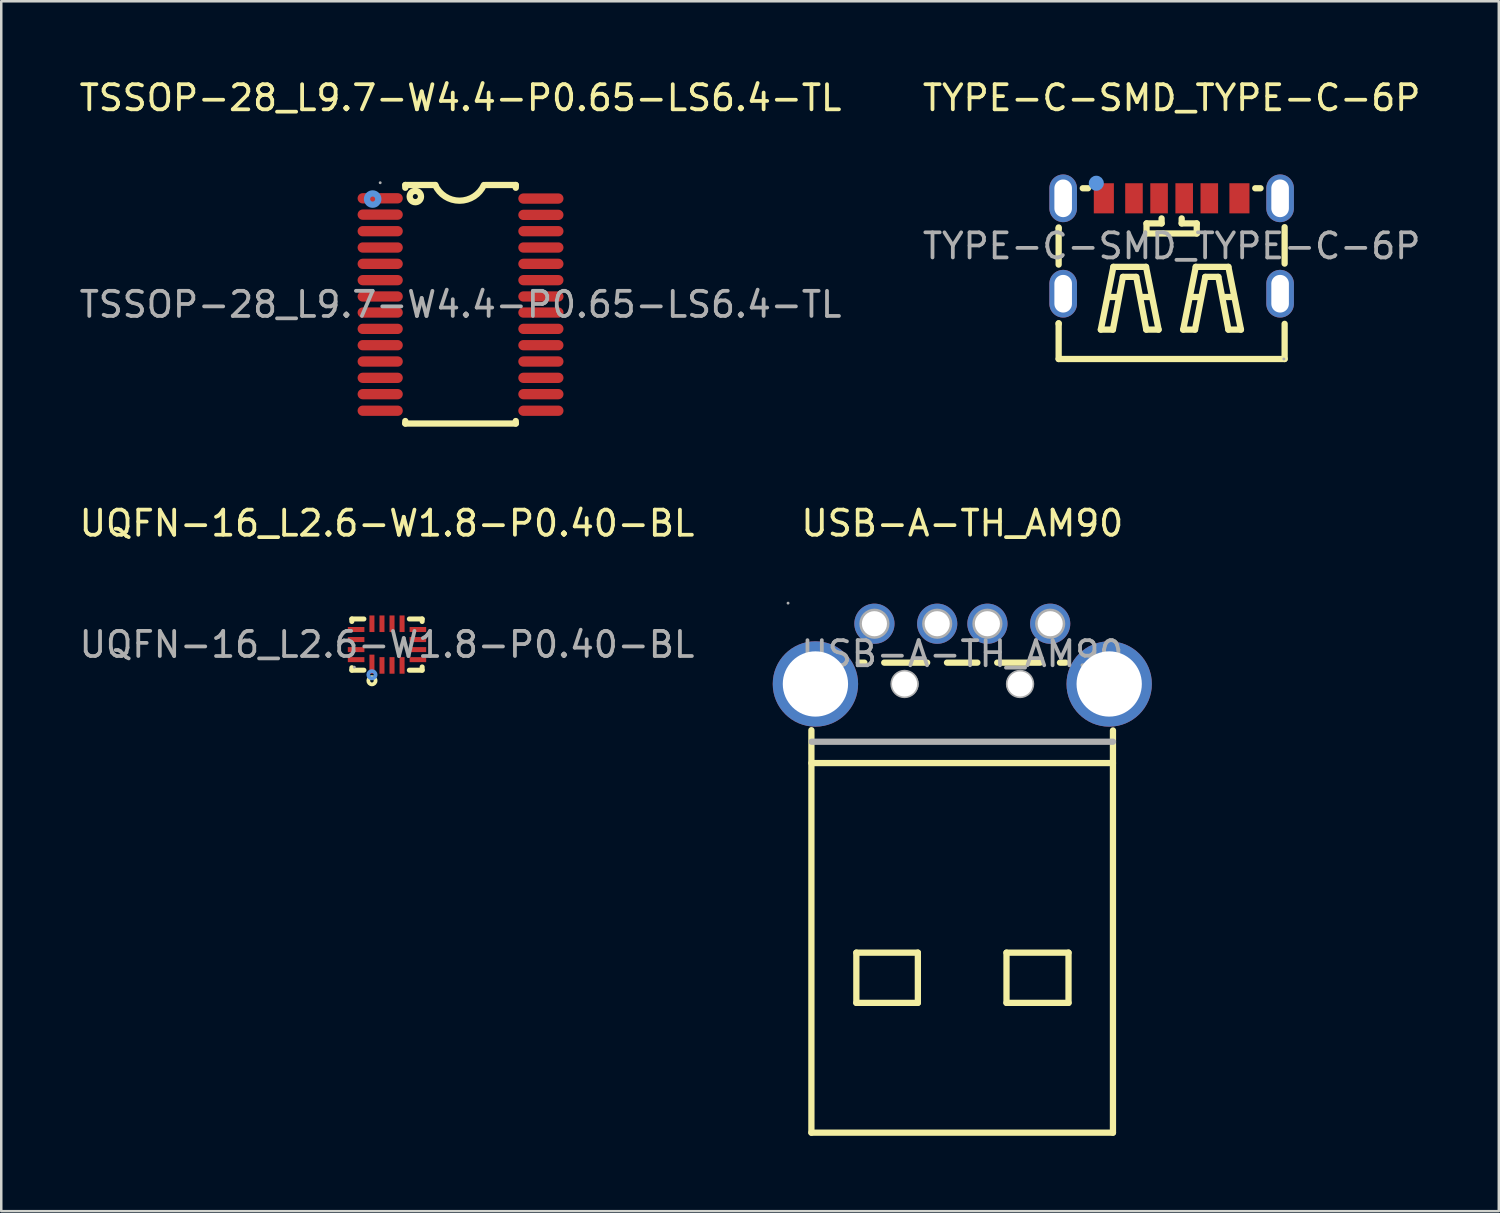
<source format=kicad_pcb>
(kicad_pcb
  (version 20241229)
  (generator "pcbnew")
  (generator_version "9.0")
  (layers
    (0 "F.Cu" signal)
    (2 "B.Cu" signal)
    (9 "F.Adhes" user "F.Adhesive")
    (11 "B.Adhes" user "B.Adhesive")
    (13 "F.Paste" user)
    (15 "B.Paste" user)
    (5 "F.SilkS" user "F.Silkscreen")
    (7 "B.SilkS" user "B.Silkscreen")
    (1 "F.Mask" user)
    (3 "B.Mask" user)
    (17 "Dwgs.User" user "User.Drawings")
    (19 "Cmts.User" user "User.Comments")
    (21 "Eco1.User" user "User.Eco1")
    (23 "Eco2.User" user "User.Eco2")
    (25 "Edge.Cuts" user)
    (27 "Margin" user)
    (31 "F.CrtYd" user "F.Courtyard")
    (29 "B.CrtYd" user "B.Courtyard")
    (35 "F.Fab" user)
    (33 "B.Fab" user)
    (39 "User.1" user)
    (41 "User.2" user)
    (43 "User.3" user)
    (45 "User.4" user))
  (footprint "TYPE-C-SMD_TYPE-C-6P"
    (layer "F.Cu")
    (at 43.613 6.748)
    (property "Reference" "TYPE-C-SMD_TYPE-C-6P" (at 0 -5.9 0) (layer "F.SilkS") (effects (font (size 1 1) (thickness 0.15))))
    (attr smd)
    (fp_line (start -4.5 -0.7) (end -4.5 -0.74) (stroke (width 0.25) (type solid)) (layer "F.SilkS"))
    (fp_line (start -4.5 -0.7) (end -4.5 0.74) (stroke (width 0.25) (type solid)) (layer "F.SilkS"))
    (fp_line (start -4.5 3.08) (end -4.5 4.5) (stroke (width 0.25) (type solid)) (layer "F.SilkS"))
    (fp_line (start -4.5 3.1) (end -4.5 3.08) (stroke (width 0.25) (type solid)) (layer "F.SilkS"))
    (fp_line (start -4.5 4.5) (end 4.5 4.5) (stroke (width 0.25) (type solid)) (layer "F.SilkS"))
    (fp_line (start -3.54 -2.3) (end -3.33 -2.3) (stroke (width 0.25) (type solid)) (layer "F.SilkS"))
    (fp_line (start -2.82 3.33) (end -2.32 0.83) (stroke (width 0.25) (type solid)) (layer "F.SilkS"))
    (fp_line (start -2.52 2.03) (end -2.12 2.03) (stroke (width 0.25) (type solid)) (layer "F.SilkS"))
    (fp_line (start -2.34 3.33) (end -2.82 3.33) (stroke (width 0.25) (type solid)) (layer "F.SilkS"))
    (fp_line (start -2.32 0.83) (end -1.02 0.83) (stroke (width 0.25) (type solid)) (layer "F.SilkS"))
    (fp_line (start -1.94 1.23) (end -2.34 3.33) (stroke (width 0.25) (type solid)) (layer "F.SilkS"))
    (fp_line (start -1.41 1.23) (end -1.94 1.23) (stroke (width 0.25) (type solid)) (layer "F.SilkS"))
    (fp_line (start -1.22 2.03) (end -0.82 2.03) (stroke (width 0.25) (type solid)) (layer "F.SilkS"))
    (fp_line (start -1.02 0.83) (end -0.52 3.33) (stroke (width 0.25) (type solid)) (layer "F.SilkS"))
    (fp_line (start -1.01 -0.5) (end 1.01 -0.5) (stroke (width 0.25) (type solid)) (layer "F.SilkS"))
    (fp_line (start -1.01 3.33) (end -1.41 1.23) (stroke (width 0.25) (type solid)) (layer "F.SilkS"))
    (fp_line (start -1 -0.9) (end -0.4 -0.9) (stroke (width 0.25) (type solid)) (layer "F.SilkS"))
    (fp_line (start -1 -0.5) (end -1 -0.9) (stroke (width 0.25) (type solid)) (layer "F.SilkS"))
    (fp_line (start -0.52 3.33) (end -1.01 3.33) (stroke (width 0.25) (type solid)) (layer "F.SilkS"))
    (fp_line (start -0.4 -0.9) (end -0.4 -1.1) (stroke (width 0.25) (type solid)) (layer "F.SilkS"))
    (fp_line (start 0.4 -0.9) (end 0.4 -1.1) (stroke (width 0.25) (type solid)) (layer "F.SilkS"))
    (fp_line (start 0.46 3.33) (end 0.96 0.83) (stroke (width 0.25) (type solid)) (layer "F.SilkS"))
    (fp_line (start 0.76 2.03) (end 1.16 2.03) (stroke (width 0.25) (type solid)) (layer "F.SilkS"))
    (fp_line (start 0.93 3.33) (end 0.46 3.33) (stroke (width 0.25) (type solid)) (layer "F.SilkS"))
    (fp_line (start 0.96 0.83) (end 2.26 0.83) (stroke (width 0.25) (type solid)) (layer "F.SilkS"))
    (fp_line (start 1 -0.9) (end 0.4 -0.9) (stroke (width 0.25) (type solid)) (layer "F.SilkS"))
    (fp_line (start 1 -0.5) (end 1 -0.9) (stroke (width 0.25) (type solid)) (layer "F.SilkS"))
    (fp_line (start 1.34 1.23) (end 0.93 3.33) (stroke (width 0.25) (type solid)) (layer "F.SilkS"))
    (fp_line (start 1.86 1.23) (end 1.34 1.23) (stroke (width 0.25) (type solid)) (layer "F.SilkS"))
    (fp_line (start 2.06 2.03) (end 2.46 2.03) (stroke (width 0.25) (type solid)) (layer "F.SilkS"))
    (fp_line (start 2.26 0.83) (end 2.76 3.33) (stroke (width 0.25) (type solid)) (layer "F.SilkS"))
    (fp_line (start 2.26 3.33) (end 1.86 1.23) (stroke (width 0.25) (type solid)) (layer "F.SilkS"))
    (fp_line (start 2.76 3.33) (end 2.26 3.33) (stroke (width 0.25) (type solid)) (layer "F.SilkS"))
    (fp_line (start 3.33 -2.3) (end 3.54 -2.3) (stroke (width 0.25) (type solid)) (layer "F.SilkS"))
    (fp_line (start 4.5 0.7) (end 4.5 -0.75) (stroke (width 0.25) (type solid)) (layer "F.SilkS"))
    (fp_line (start 4.5 4.5) (end 4.5 3.1) (stroke (width 0.25) (type solid)) (layer "F.SilkS"))
    (fp_circle (center -3 -2.5) (end -2.85 -2.5) (stroke (width 0.3) (type solid)) (fill no) (layer "Cmts.User"))
    (fp_circle (center 4.47 4.5) (end 4.5 4.5) (stroke (width 0.06) (type solid)) (fill no) (layer "F.Fab"))
    (fp_text user "${REFERENCE}" (at 0 0 0) (layer "F.Fab") (effects (font (size 1 1) (thickness 0.15))))
    (pad "7" thru_hole oval (at -4.32 -1.9) (size 1.1 1.9) (drill oval 0.7 1.5) (layers "*.Cu" "*.Paste" "*.Mask"))
    (pad "7" thru_hole oval (at -4.32 1.9) (size 1.1 1.9) (drill oval 0.7 1.5) (layers "*.Cu" "*.Paste" "*.Mask"))
    (pad "7" thru_hole oval (at 4.32 -1.9) (size 1.1 1.9) (drill oval 0.7 1.5) (layers "*.Cu" "*.Paste" "*.Mask"))
    (pad "7" thru_hole oval (at 4.32 1.9) (size 1.1 1.9) (drill oval 0.7 1.5) (layers "*.Cu" "*.Paste" "*.Mask"))
    (pad "A5" smd rect (at -0.5 -1.9) (size 0.7 1.2) (layers "F.Cu" "F.Mask" "F.Paste"))
    (pad "A9" smd rect (at 1.5 -1.9) (size 0.7 1.2) (layers "F.Cu" "F.Mask" "F.Paste"))
    (pad "A12" smd rect (at 2.7 -1.9) (size 0.8 1.2) (layers "F.Cu" "F.Mask" "F.Paste"))
    (pad "B5" smd rect (at 0.5 -1.9) (size 0.7 1.2) (layers "F.Cu" "F.Mask" "F.Paste"))
    (pad "B9" smd rect (at -1.5 -1.9) (size 0.7 1.2) (layers "F.Cu" "F.Mask" "F.Paste"))
    (pad "B12" smd rect (at -2.7 -1.9) (size 0.8 1.2) (layers "F.Cu" "F.Mask" "F.Paste")))
  (footprint "USB-A-TH_AM90"
    (layer "F.Cu")
    (at 35.276 22.991)
    (property "Reference" "USB-A-TH_AM90" (at 0 -5.2 0) (layer "F.SilkS") (effects (font (size 1 1) (thickness 0.15))))
    (attr smd)
    (fp_line (start -6.01 4.35) (end 6 4.35) (stroke (width 0.25) (type solid)) (layer "F.SilkS"))
    (fp_line (start -6.01 19.07) (end -6.01 3.04) (stroke (width 0.25) (type solid)) (layer "F.SilkS"))
    (fp_line (start -4.22 11.9) (end -1.77 11.9) (stroke (width 0.25) (type solid)) (layer "F.SilkS"))
    (fp_line (start -4.22 13.9) (end -4.22 11.9) (stroke (width 0.25) (type solid)) (layer "F.SilkS"))
    (fp_line (start -4.12 0.35) (end -3.9 0.35) (stroke (width 0.25) (type solid)) (layer "F.SilkS"))
    (fp_line (start -3.11 0.35) (end -1.4 0.35) (stroke (width 0.25) (type solid)) (layer "F.SilkS"))
    (fp_line (start -1.77 13.9) (end -4.22 13.9) (stroke (width 0.25) (type solid)) (layer "F.SilkS"))
    (fp_line (start -1.77 13.9) (end -1.77 11.9) (stroke (width 0.25) (type solid)) (layer "F.SilkS"))
    (fp_line (start -0.61 0.35) (end 0.6 0.35) (stroke (width 0.25) (type solid)) (layer "F.SilkS"))
    (fp_line (start 1.39 0.35) (end 3.1 0.35) (stroke (width 0.25) (type solid)) (layer "F.SilkS"))
    (fp_line (start 1.76 13.9) (end 1.76 11.9) (stroke (width 0.25) (type solid)) (layer "F.SilkS"))
    (fp_line (start 1.76 13.9) (end 4.23 13.9) (stroke (width 0.25) (type solid)) (layer "F.SilkS"))
    (fp_line (start 3.89 0.35) (end 4.11 0.35) (stroke (width 0.25) (type solid)) (layer "F.SilkS"))
    (fp_line (start 4.23 11.9) (end 1.76 11.9) (stroke (width 0.25) (type solid)) (layer "F.SilkS"))
    (fp_line (start 4.23 13.9) (end 4.23 11.9) (stroke (width 0.25) (type solid)) (layer "F.SilkS"))
    (fp_line (start 6 19.07) (end -6.01 19.07) (stroke (width 0.25) (type solid)) (layer "F.SilkS"))
    (fp_line (start 6 19.07) (end 6 3.05) (stroke (width 0.25) (type solid)) (layer "F.SilkS"))
    (fp_line (start -6 3.5) (end 6 3.5) (stroke (width 0.25) (type solid)) (layer "F.Fab"))
    (fp_circle (center -6.94 -2.02) (end -6.91 -2.02) (stroke (width 0.06) (type solid)) (fill no) (layer "F.Fab"))
    (fp_circle (center -5.85 1.2) (end -5.31 1.2) (stroke (width 1.08) (type solid)) (fill no) (layer "F.Fab"))
    (fp_circle (center -3.5 -1.2) (end -3.2 -1.2) (stroke (width 0.6) (type solid)) (fill no) (layer "F.Fab"))
    (fp_circle (center -2.3 1.2) (end -1.8 1.2) (stroke (width 0.13) (type solid)) (fill no) (layer "F.Fab"))
    (fp_circle (center -2.24 1.2) (end -1.99 1.2) (stroke (width 0.5) (type solid)) (fill no) (layer "F.Fab"))
    (fp_circle (center -1 -1.2) (end -0.7 -1.2) (stroke (width 0.6) (type solid)) (fill no) (layer "F.Fab"))
    (fp_circle (center 1 -1.2) (end 1.3 -1.2) (stroke (width 0.6) (type solid)) (fill no) (layer "F.Fab"))
    (fp_circle (center 2.25 1.2) (end 2.5 1.2) (stroke (width 0.5) (type solid)) (fill no) (layer "F.Fab"))
    (fp_circle (center 2.3 1.2) (end 2.8 1.2) (stroke (width 0.13) (type solid)) (fill no) (layer "F.Fab"))
    (fp_circle (center 3.5 -1.2) (end 3.8 -1.2) (stroke (width 0.6) (type solid)) (fill no) (layer "F.Fab"))
    (fp_circle (center 5.85 1.2) (end 6.39 1.2) (stroke (width 1.08) (type solid)) (fill no) (layer "F.Fab"))
    (fp_text user "${REFERENCE}" (at 0 0 0) (layer "F.Fab") (effects (font (size 1 1) (thickness 0.15))))
    (pad "" thru_hole circle (at -2.3 1.2) (size 1 1) (drill 1) (layers "*.Cu" "*.Mask"))
    (pad "" thru_hole circle (at 2.3 1.2) (size 1 1) (drill 1) (layers "*.Cu" "*.Mask"))
    (pad "1" thru_hole circle (at 3.5 -1.2 270) (size 1.6 1.6) (drill 1) (layers "*.Cu" "*.Paste" "*.Mask"))
    (pad "2" thru_hole circle (at 1 -1.2 270) (size 1.6 1.6) (drill 1) (layers "*.Cu" "*.Paste" "*.Mask"))
    (pad "3" thru_hole circle (at -1 -1.2 270) (size 1.6 1.6) (drill 1) (layers "*.Cu" "*.Paste" "*.Mask"))
    (pad "4" thru_hole circle (at -3.5 -1.2 270) (size 1.6 1.6) (drill 1) (layers "*.Cu" "*.Paste" "*.Mask"))
    (pad "MH1" thru_hole circle (at 5.85 1.2 270) (size 3.4 3.4) (drill 2.6) (layers "*.Cu" "*.Paste" "*.Mask"))
    (pad "MH2" thru_hole circle (at -5.85 1.2 270) (size 3.4 3.4) (drill 2.6) (layers "*.Cu" "*.Paste" "*.Mask")))
  (footprint "TSSOP-28_L9.7-W4.4-P0.65-LS6.4-TL"
    (layer "F.Cu")
    (at 15.292 9.078)
    (property "Reference" "TSSOP-28_L9.7-W4.4-P0.65-LS6.4-TL" (at 0 -8.23 0) (layer "F.SilkS") (effects (font (size 1 1) (thickness 0.15))))
    (attr smd)
    (fp_line (start -2.2 -4.76) (end -2.2 -4.65) (stroke (width 0.25) (type solid)) (layer "F.SilkS"))
    (fp_line (start -2.2 -4.76) (end -1 -4.76) (stroke (width 0.25) (type solid)) (layer "F.SilkS"))
    (fp_line (start -2.2 4.64) (end -2.2 4.74) (stroke (width 0.25) (type solid)) (layer "F.SilkS"))
    (fp_line (start -2.2 4.74) (end 2.2 4.74) (stroke (width 0.25) (type solid)) (layer "F.SilkS"))
    (fp_line (start 2.2 -4.76) (end 1 -4.76) (stroke (width 0.25) (type solid)) (layer "F.SilkS"))
    (fp_line (start 2.2 -4.76) (end 2.2 -4.65) (stroke (width 0.25) (type solid)) (layer "F.SilkS"))
    (fp_line (start 2.2 4.64) (end 2.2 4.74) (stroke (width 0.25) (type solid)) (layer "F.SilkS"))
    (fp_arc (start 0.93 -4.76) (mid -0.039246 -4.134871) (end -1.009376 -4.758627) (stroke (width 0.25) (type solid)) (layer "F.SilkS"))
    (fp_circle (center -1.8 -4.3) (end -1.7 -4.3) (stroke (width 0.25) (type solid)) (fill no) (layer "F.SilkS"))
    (fp_circle (center -3.5 -4.2) (end -3.4 -4.2) (stroke (width 0.25) (type solid)) (fill no) (layer "Cmts.User"))
    (fp_circle (center -3.2 -4.85) (end -3.17 -4.85) (stroke (width 0.06) (type solid)) (fill no) (layer "F.Fab"))
    (fp_text user "${REFERENCE}" (at 0 0 0) (layer "F.Fab") (effects (font (size 1 1) (thickness 0.15))))
    (pad "1" smd oval (at -3.2 -4.23) (size 1.8 0.41) (layers "F.Cu" "F.Mask" "F.Paste"))
    (pad "2" smd oval (at -3.2 -3.58) (size 1.8 0.41) (layers "F.Cu" "F.Mask" "F.Paste"))
    (pad "3" smd oval (at -3.2 -2.92) (size 1.8 0.41) (layers "F.Cu" "F.Mask" "F.Paste"))
    (pad "4" smd oval (at -3.2 -2.27) (size 1.8 0.41) (layers "F.Cu" "F.Mask" "F.Paste"))
    (pad "5" smd oval (at -3.2 -1.62) (size 1.8 0.41) (layers "F.Cu" "F.Mask" "F.Paste"))
    (pad "6" smd oval (at -3.2 -0.97) (size 1.8 0.41) (layers "F.Cu" "F.Mask" "F.Paste"))
    (pad "7" smd oval (at -3.2 -0.32) (size 1.8 0.41) (layers "F.Cu" "F.Mask" "F.Paste"))
    (pad "8" smd oval (at -3.2 0.32) (size 1.8 0.41) (layers "F.Cu" "F.Mask" "F.Paste"))
    (pad "9" smd oval (at -3.2 0.97) (size 1.8 0.41) (layers "F.Cu" "F.Mask" "F.Paste"))
    (pad "10" smd oval (at -3.2 1.62) (size 1.8 0.41) (layers "F.Cu" "F.Mask" "F.Paste"))
    (pad "11" smd oval (at -3.2 2.27) (size 1.8 0.41) (layers "F.Cu" "F.Mask" "F.Paste"))
    (pad "12" smd oval (at -3.2 2.92) (size 1.8 0.41) (layers "F.Cu" "F.Mask" "F.Paste"))
    (pad "13" smd oval (at -3.2 3.57) (size 1.8 0.41) (layers "F.Cu" "F.Mask" "F.Paste"))
    (pad "14" smd oval (at -3.2 4.23) (size 1.8 0.41) (layers "F.Cu" "F.Mask" "F.Paste"))
    (pad "15" smd oval (at 3.2 4.23) (size 1.8 0.41) (layers "F.Cu" "F.Mask" "F.Paste"))
    (pad "16" smd oval (at 3.2 3.57) (size 1.8 0.41) (layers "F.Cu" "F.Mask" "F.Paste"))
    (pad "17" smd oval (at 3.2 2.92) (size 1.8 0.41) (layers "F.Cu" "F.Mask" "F.Paste"))
    (pad "18" smd oval (at 3.2 2.27) (size 1.8 0.41) (layers "F.Cu" "F.Mask" "F.Paste"))
    (pad "19" smd oval (at 3.2 1.62) (size 1.8 0.41) (layers "F.Cu" "F.Mask" "F.Paste"))
    (pad "20" smd oval (at 3.2 0.97) (size 1.8 0.41) (layers "F.Cu" "F.Mask" "F.Paste"))
    (pad "21" smd oval (at 3.2 0.32) (size 1.8 0.41) (layers "F.Cu" "F.Mask" "F.Paste"))
    (pad "22" smd oval (at 3.2 -0.32) (size 1.8 0.41) (layers "F.Cu" "F.Mask" "F.Paste"))
    (pad "23" smd oval (at 3.2 -0.97) (size 1.8 0.41) (layers "F.Cu" "F.Mask" "F.Paste"))
    (pad "24" smd oval (at 3.2 -1.62) (size 1.8 0.41) (layers "F.Cu" "F.Mask" "F.Paste"))
    (pad "25" smd oval (at 3.2 -2.27) (size 1.8 0.41) (layers "F.Cu" "F.Mask" "F.Paste"))
    (pad "26" smd oval (at 3.2 -2.92) (size 1.8 0.41) (layers "F.Cu" "F.Mask" "F.Paste"))
    (pad "27" smd oval (at 3.2 -3.57) (size 1.8 0.41) (layers "F.Cu" "F.Mask" "F.Paste"))
    (pad "28" smd oval (at 3.2 -4.22) (size 1.8 0.41) (layers "F.Cu" "F.Mask" "F.Paste")))
  (footprint "UQFN-16_L2.6-W1.8-P0.40-BL"
    (layer "F.Cu")
    (at 12.363 22.622)
    (property "Reference" "UQFN-16_L2.6-W1.8-P0.40-BL" (at 0 -4.83 0) (layer "F.SilkS") (effects (font (size 1 1) (thickness 0.15))))
    (attr smd)
    (fp_line (start -1.4 -1.02) (end -1.4 -0.92) (stroke (width 0.2) (type solid)) (layer "F.SilkS"))
    (fp_line (start -1.4 0.92) (end -1.4 1.02) (stroke (width 0.2) (type solid)) (layer "F.SilkS"))
    (fp_line (start -1.4 1.02) (end -0.92 1.02) (stroke (width 0.2) (type solid)) (layer "F.SilkS"))
    (fp_line (start -0.92 -1.02) (end -1.4 -1.02) (stroke (width 0.2) (type solid)) (layer "F.SilkS"))
    (fp_line (start 0.89 -1.02) (end 1.4 -1.02) (stroke (width 0.2) (type solid)) (layer "F.SilkS"))
    (fp_line (start 1.4 -1.02) (end 1.4 -0.92) (stroke (width 0.2) (type solid)) (layer "F.SilkS"))
    (fp_line (start 1.4 0.89) (end 1.4 1.02) (stroke (width 0.2) (type solid)) (layer "F.SilkS"))
    (fp_line (start 1.4 1.02) (end 0.89 1.02) (stroke (width 0.2) (type solid)) (layer "F.SilkS"))
    (fp_circle (center -0.6 1.44) (end -0.53 1.44) (stroke (width 0.15) (type solid)) (fill no) (layer "F.SilkS"))
    (fp_circle (center -0.6 1.2) (end -0.53 1.2) (stroke (width 0.15) (type solid)) (fill no) (layer "Cmts.User"))
    (fp_circle (center -1.3 0.9) (end -1.27 0.9) (stroke (width 0.06) (type solid)) (fill no) (layer "F.Fab"))
    (fp_text user "${REFERENCE}" (at 0 0 0) (layer "F.Fab") (effects (font (size 1 1) (thickness 0.15))))
    (pad "1" smd rect (at -0.6 0.78) (size 0.2 0.76) (layers "F.Cu" "F.Mask" "F.Paste"))
    (pad "2" smd rect (at -0.2 0.83) (size 0.2 0.66) (layers "F.Cu" "F.Mask" "F.Paste"))
    (pad "3" smd rect (at 0.2 0.83) (size 0.2 0.66) (layers "F.Cu" "F.Mask" "F.Paste"))
    (pad "4" smd rect (at 0.6 0.83) (size 0.2 0.66) (layers "F.Cu" "F.Mask" "F.Paste"))
    (pad "5" smd rect (at 1.23 0.6) (size 0.66 0.2) (layers "F.Cu" "F.Mask" "F.Paste"))
    (pad "6" smd rect (at 1.23 0.2) (size 0.66 0.2) (layers "F.Cu" "F.Mask" "F.Paste"))
    (pad "7" smd rect (at 1.23 -0.2) (size 0.66 0.2) (layers "F.Cu" "F.Mask" "F.Paste"))
    (pad "8" smd rect (at 1.23 -0.6) (size 0.66 0.2) (layers "F.Cu" "F.Mask" "F.Paste"))
    (pad "9" smd rect (at 0.6 -0.83) (size 0.2 0.66) (layers "F.Cu" "F.Mask" "F.Paste"))
    (pad "10" smd rect (at 0.2 -0.83) (size 0.2 0.66) (layers "F.Cu" "F.Mask" "F.Paste"))
    (pad "11" smd rect (at -0.2 -0.83) (size 0.2 0.66) (layers "F.Cu" "F.Mask" "F.Paste"))
    (pad "12" smd rect (at -0.6 -0.83) (size 0.2 0.66) (layers "F.Cu" "F.Mask" "F.Paste"))
    (pad "13" smd rect (at -1.23 -0.6) (size 0.66 0.2) (layers "F.Cu" "F.Mask" "F.Paste"))
    (pad "14" smd rect (at -1.23 -0.2) (size 0.66 0.2) (layers "F.Cu" "F.Mask" "F.Paste"))
    (pad "15" smd rect (at -1.23 0.2) (size 0.66 0.2) (layers "F.Cu" "F.Mask" "F.Paste"))
    (pad "16" smd rect (at -1.23 0.6) (size 0.66 0.2) (layers "F.Cu" "F.Mask" "F.Paste")))
  (gr_rect
    (start -3 -3)
    (end 56.643 45.187)
    (stroke (width 0.1) (type default))
    (fill no)
    (layer "Edge.Cuts")))
</source>
